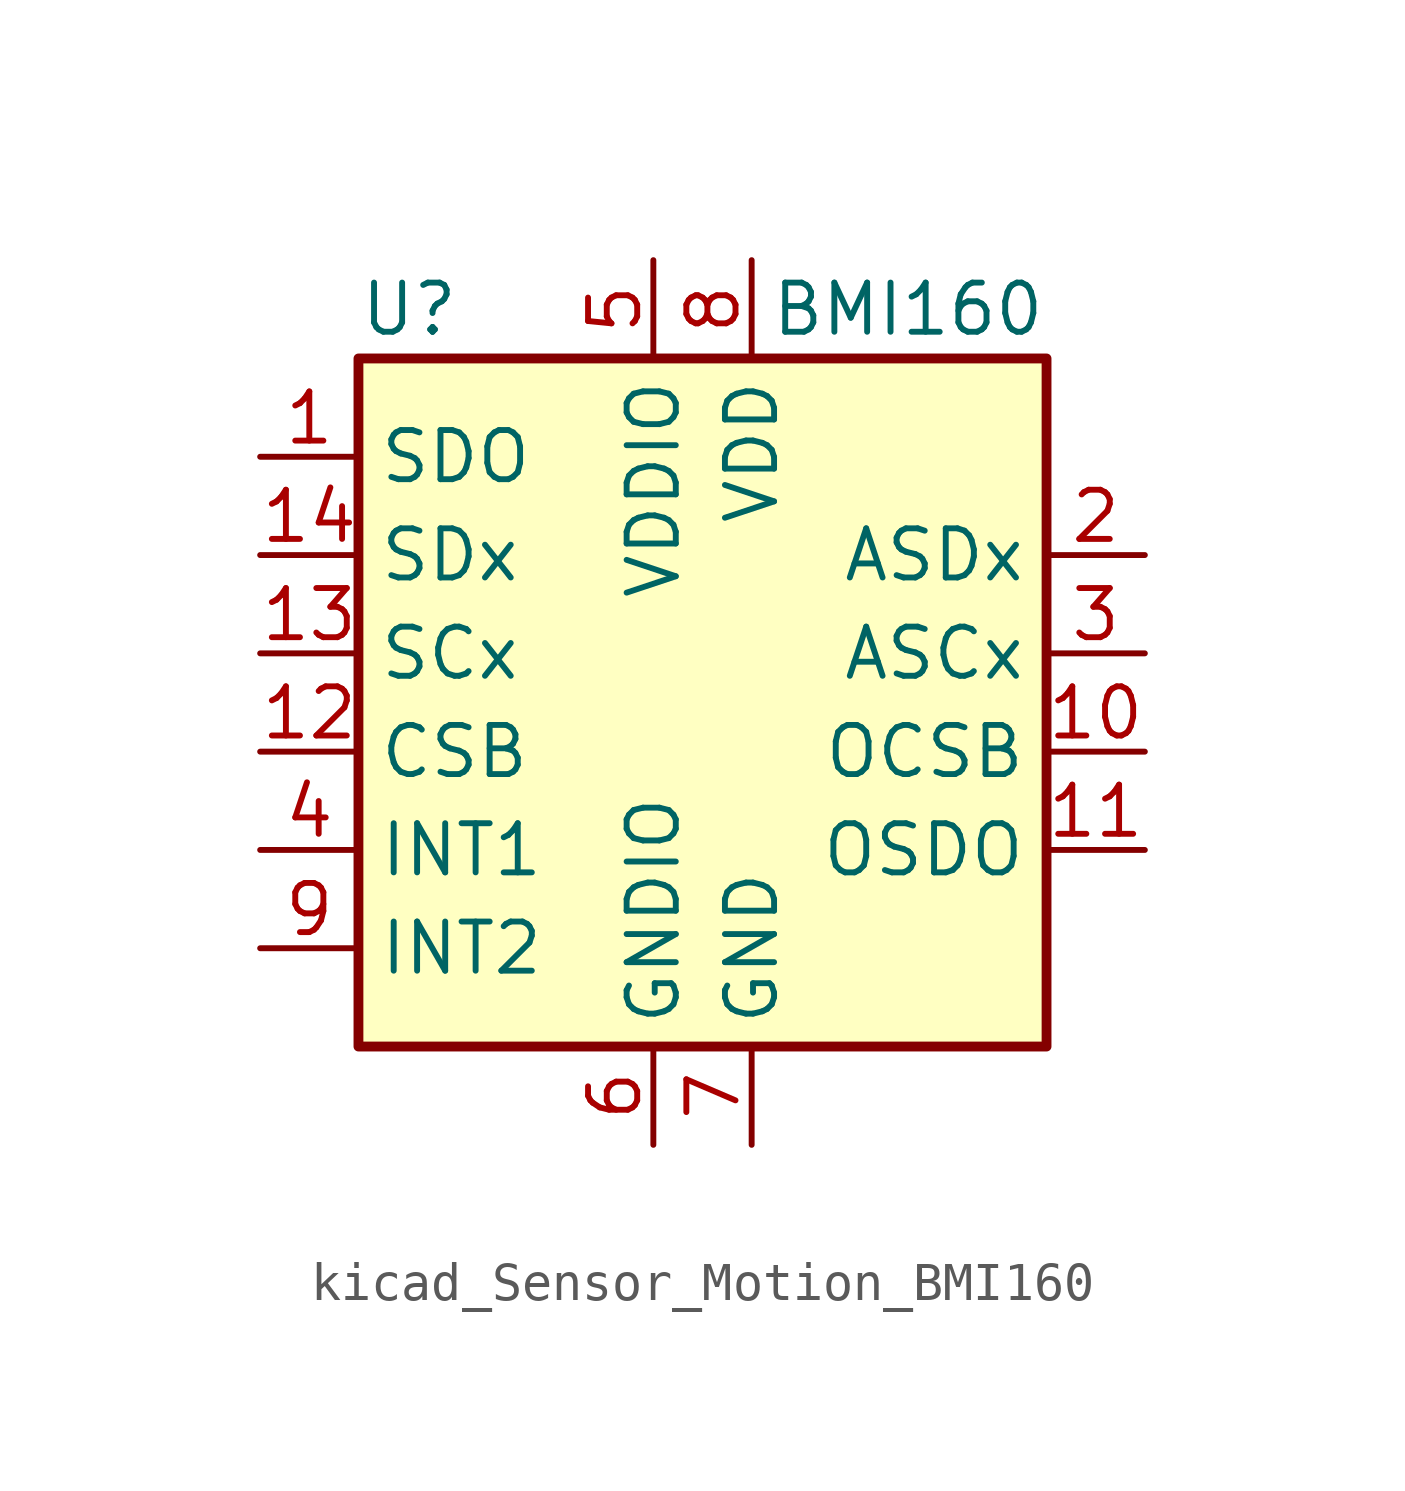
<source format=kicad_sym>
(kicad_symbol_lib
  (version 20220914)
  (generator kicad_symbol_editor)
  (symbol "kicad_Sensor_Motion_BMI160"
    (property "Reference" "U"
      (at -10.16 8.89 0)
      (effects (font (size 1.27 1.27)) (justify left)))
    (property "Value" "BMI160"
      (at 7.62 8.89 0)
      (effects (font (size 1.27 1.27)) (justify right)))
    (symbol "kicad_Sensor_Motion_BMI160_1_1"
      (rectangle (start -10.16 7.62) (end 7.62 -10.16) (stroke (width 0.254) (type default)) (fill (type background)))
      (pin bidirectional line (at -12.7 5.08 0) (length 2.54) (name "SDO" (effects (font (size 1.27 1.27)))) (number "1" (effects (font (size 1.27 1.27)))))
      (pin bidirectional line (at 10.16 -2.54 180) (length 2.54) (name "OCSB" (effects (font (size 1.27 1.27)))) (number "10" (effects (font (size 1.27 1.27)))))
      (pin bidirectional line (at 10.16 -5.08 180) (length 2.54) (name "OSDO" (effects (font (size 1.27 1.27)))) (number "11" (effects (font (size 1.27 1.27)))))
      (pin input line (at -12.7 -2.54 0) (length 2.54) (name "CSB" (effects (font (size 1.27 1.27)))) (number "12" (effects (font (size 1.27 1.27)))))
      (pin input line (at -12.7 0 0) (length 2.54) (name "SCx" (effects (font (size 1.27 1.27)))) (number "13" (effects (font (size 1.27 1.27)))))
      (pin bidirectional line (at -12.7 2.54 0) (length 2.54) (name "SDx" (effects (font (size 1.27 1.27)))) (number "14" (effects (font (size 1.27 1.27)))))
      (pin bidirectional line (at 10.16 2.54 180) (length 2.54) (name "ASDx" (effects (font (size 1.27 1.27)))) (number "2" (effects (font (size 1.27 1.27)))))
      (pin output line (at 10.16 0 180) (length 2.54) (name "ASCx" (effects (font (size 1.27 1.27)))) (number "3" (effects (font (size 1.27 1.27)))))
      (pin bidirectional line (at -12.7 -5.08 0) (length 2.54) (name "INT1" (effects (font (size 1.27 1.27)))) (number "4" (effects (font (size 1.27 1.27)))))
      (pin power_in line (at -2.54 10.16 270) (length 2.54) (name "VDDIO" (effects (font (size 1.27 1.27)))) (number "5" (effects (font (size 1.27 1.27)))))
      (pin power_in line (at -2.54 -12.7 90) (length 2.54) (name "GNDIO" (effects (font (size 1.27 1.27)))) (number "6" (effects (font (size 1.27 1.27)))))
      (pin power_in line (at 0 -12.7 90) (length 2.54) (name "GND" (effects (font (size 1.27 1.27)))) (number "7" (effects (font (size 1.27 1.27)))))
      (pin power_in line (at 0 10.16 270) (length 2.54) (name "VDD" (effects (font (size 1.27 1.27)))) (number "8" (effects (font (size 1.27 1.27)))))
      (pin bidirectional line (at -12.7 -7.62 0) (length 2.54) (name "INT2" (effects (font (size 1.27 1.27)))) (number "9" (effects (font (size 1.27 1.27))))))))
</source>
